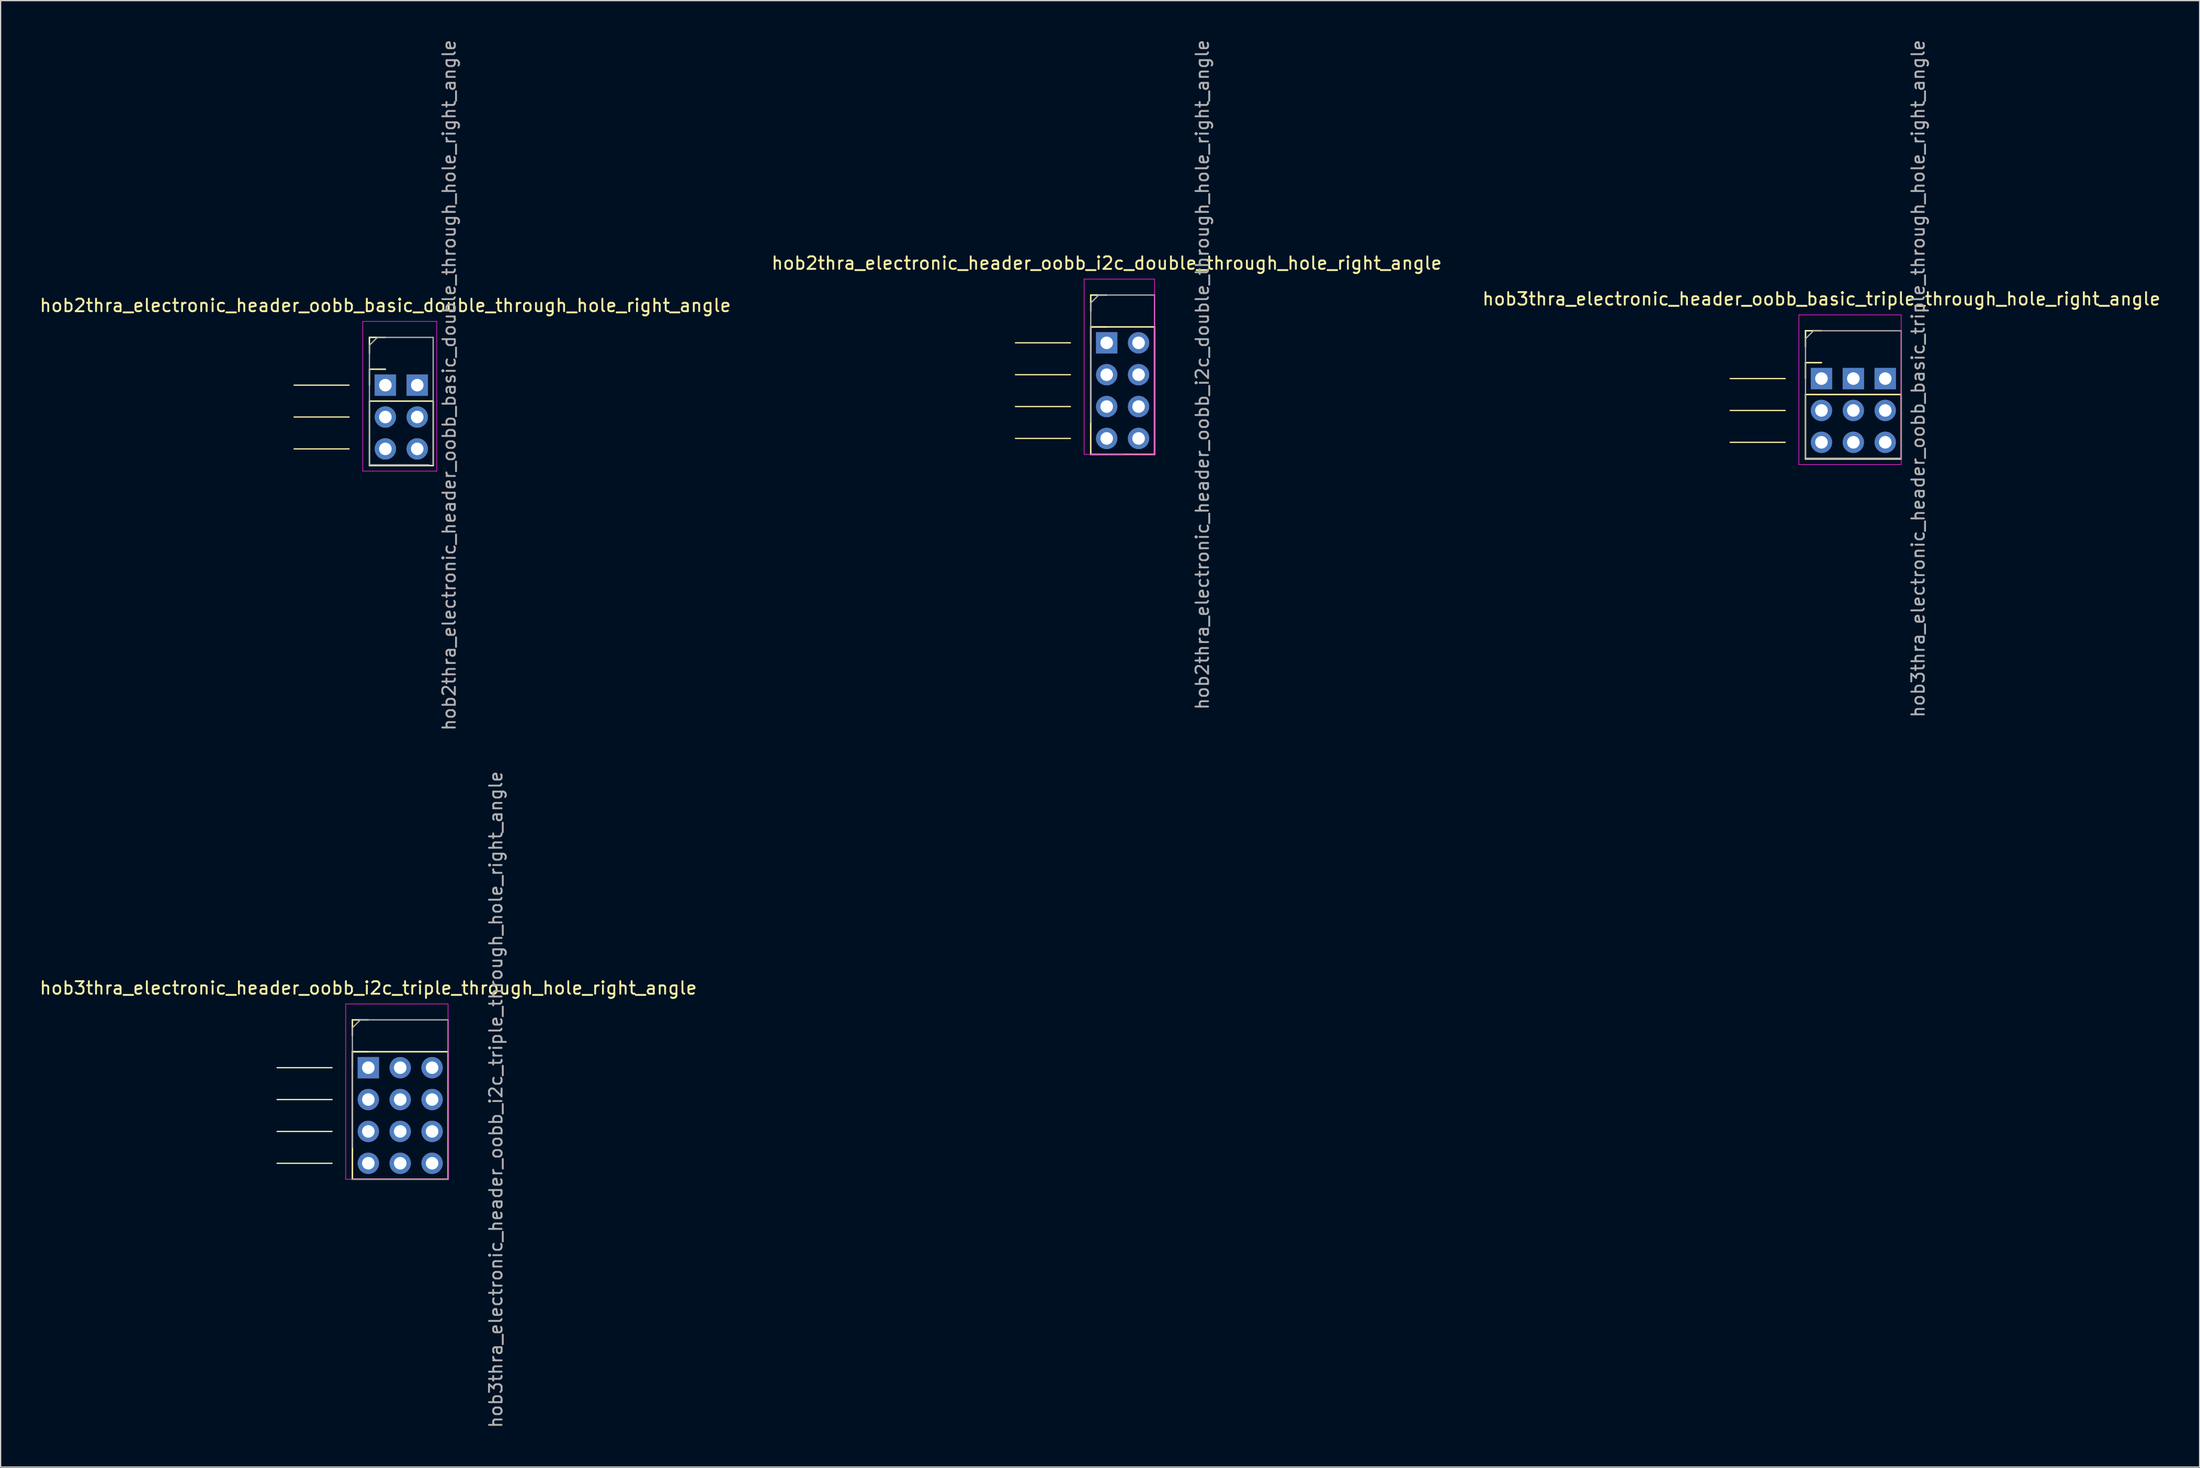
<source format=kicad_pcb>
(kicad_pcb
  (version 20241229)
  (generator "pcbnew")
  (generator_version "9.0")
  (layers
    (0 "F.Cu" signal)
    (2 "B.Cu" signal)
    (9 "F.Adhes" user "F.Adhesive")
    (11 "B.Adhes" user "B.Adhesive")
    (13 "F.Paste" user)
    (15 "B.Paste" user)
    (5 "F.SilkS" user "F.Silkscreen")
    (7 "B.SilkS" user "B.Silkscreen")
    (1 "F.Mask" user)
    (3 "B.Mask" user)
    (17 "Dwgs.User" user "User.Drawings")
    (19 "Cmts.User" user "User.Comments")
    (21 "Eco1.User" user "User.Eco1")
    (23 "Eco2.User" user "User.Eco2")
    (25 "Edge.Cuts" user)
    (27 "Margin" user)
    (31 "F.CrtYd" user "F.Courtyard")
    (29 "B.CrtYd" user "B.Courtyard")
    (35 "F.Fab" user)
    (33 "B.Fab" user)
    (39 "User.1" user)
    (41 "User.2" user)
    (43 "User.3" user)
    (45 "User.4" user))
  (footprint "hob3thra_electronic_header_oobb_basic_triple_through_hole_right_angle"
    (layer "F.Cu")
    (at 142.054 27.125)
    (property "Reference" "hob3thra_electronic_header_oobb_basic_triple_through_hole_right_angle" (at 0 -6.35 0) (layer "F.SilkS") (effects (font (size 1 1) (thickness 0.15))))
    (attr through_hole)
    (fp_line (start -2.89 0) (end -7.27 0) (stroke (width 0.1) (type default)) (layer "F.SilkS"))
    (fp_line (start -2.89 2.54) (end -7.27 2.54) (stroke (width 0.1) (type default)) (layer "F.SilkS"))
    (fp_line (start -2.89 5.08) (end -7.27 5.08) (stroke (width 0.1) (type default)) (layer "F.SilkS"))
    (fp_line (start -1.27 -3.81) (end 0 -3.81) (stroke (width 0.12) (type solid)) (layer "F.SilkS"))
    (fp_line (start -1.27 -2.54) (end -1.27 -3.81) (stroke (width 0.12) (type solid)) (layer "F.SilkS"))
    (fp_line (start -1.27 -1.27) (end 0 -1.27) (stroke (width 0.12) (type solid)) (layer "F.SilkS"))
    (fp_line (start -1.27 0) (end -1.27 -1.27) (stroke (width 0.12) (type solid)) (layer "F.SilkS"))
    (fp_line (start -1.27 1.27) (end -1.27 6.41) (stroke (width 0.12) (type solid)) (layer "F.SilkS"))
    (fp_line (start -1.27 6.41) (end 6.35 6.41) (stroke (width 0.12) (type solid)) (layer "F.SilkS"))
    (fp_line (start 6.35 1.27) (end -1.27 1.27) (stroke (width 0.12) (type solid)) (layer "F.SilkS"))
    (fp_line (start 6.35 1.27) (end 6.35 6.41) (stroke (width 0.12) (type solid)) (layer "F.SilkS"))
    (fp_line (start -1.8 -5.08) (end -1.8 6.85) (stroke (width 0.05) (type solid)) (layer "F.CrtYd"))
    (fp_line (start -1.8 6.85) (end 6.35 6.85) (stroke (width 0.05) (type solid)) (layer "F.CrtYd"))
    (fp_line (start 6.35 -5.08) (end -1.8 -5.08) (stroke (width 0.05) (type solid)) (layer "F.CrtYd"))
    (fp_line (start 6.35 6.85) (end 6.35 -5.08) (stroke (width 0.05) (type solid)) (layer "F.CrtYd"))
    (fp_line (start -1.27 -3.175) (end -0.635 -3.81) (stroke (width 0.1) (type solid)) (layer "F.Fab"))
    (fp_line (start -1.27 6.35) (end -1.27 -3.175) (stroke (width 0.1) (type solid)) (layer "F.Fab"))
    (fp_line (start -0.635 -3.81) (end 6.35 -3.81) (stroke (width 0.1) (type solid)) (layer "F.Fab"))
    (fp_line (start 6.35 -3.81) (end 6.35 6.35) (stroke (width 0.1) (type solid)) (layer "F.Fab"))
    (fp_line (start 6.35 6.35) (end -1.27 6.35) (stroke (width 0.1) (type solid)) (layer "F.Fab"))
    (fp_text user "${REFERENCE}" (at 7.7 0 90) (layer "F.Fab") (effects (font (size 1 1) (thickness 0.15))))
    (pad "1" thru_hole oval (at 0 5.08) (size 1.7 1.7) (drill 1) (layers "*.Cu" "*.Mask"))
    (pad "1" thru_hole oval (at 2.54 5.08) (size 1.7 1.7) (drill 1) (layers "*.Cu" "*.Mask"))
    (pad "1" thru_hole oval (at 5.08 5.08) (size 1.7 1.7) (drill 1) (layers "*.Cu" "*.Mask"))
    (pad "2" thru_hole oval (at 0 2.54) (size 1.7 1.7) (drill 1) (layers "*.Cu" "*.Mask"))
    (pad "2" thru_hole oval (at 2.54 2.54) (size 1.7 1.7) (drill 1) (layers "*.Cu" "*.Mask"))
    (pad "2" thru_hole oval (at 5.08 2.54) (size 1.7 1.7) (drill 1) (layers "*.Cu" "*.Mask"))
    (pad "3" thru_hole rect (at 0 0) (size 1.7 1.7) (drill 1) (layers "*.Cu" "*.Mask"))
    (pad "4" thru_hole rect (at 2.54 0) (size 1.7 1.7) (drill 1) (layers "*.Cu" "*.Mask"))
    (pad "5" thru_hole rect (at 5.08 0) (size 1.7 1.7) (drill 1) (layers "*.Cu" "*.Mask")))
  (footprint "hob2thra_electronic_header_oobb_basic_double_through_hole_right_angle"
    (layer "F.Cu")
    (at 27.649 27.649)
    (property "Reference" "hob2thra_electronic_header_oobb_basic_double_through_hole_right_angle" (at 0 -6.35 0) (layer "F.SilkS") (effects (font (size 1 1) (thickness 0.15))))
    (attr through_hole)
    (fp_line (start -2.89 0) (end -7.27 0) (stroke (width 0.1) (type default)) (layer "F.SilkS"))
    (fp_line (start -2.89 2.54) (end -7.27 2.54) (stroke (width 0.1) (type default)) (layer "F.SilkS"))
    (fp_line (start -2.89 5.08) (end -7.27 5.08) (stroke (width 0.1) (type default)) (layer "F.SilkS"))
    (fp_line (start -1.27 -3.81) (end 0 -3.81) (stroke (width 0.12) (type solid)) (layer "F.SilkS"))
    (fp_line (start -1.27 -2.54) (end -1.27 -3.81) (stroke (width 0.12) (type solid)) (layer "F.SilkS"))
    (fp_line (start -1.27 -1.27) (end 0 -1.27) (stroke (width 0.12) (type solid)) (layer "F.SilkS"))
    (fp_line (start -1.27 0) (end -1.27 -1.27) (stroke (width 0.12) (type solid)) (layer "F.SilkS"))
    (fp_line (start -1.27 1.27) (end -1.27 6.41) (stroke (width 0.12) (type solid)) (layer "F.SilkS"))
    (fp_line (start -1.27 6.41) (end 3.81 6.41) (stroke (width 0.12) (type solid)) (layer "F.SilkS"))
    (fp_line (start 3.81 1.27) (end -1.27 1.27) (stroke (width 0.12) (type solid)) (layer "F.SilkS"))
    (fp_line (start 3.81 1.27) (end 3.81 6.41) (stroke (width 0.12) (type solid)) (layer "F.SilkS"))
    (fp_line (start -1.8 -5.08) (end -1.8 6.85) (stroke (width 0.05) (type solid)) (layer "F.CrtYd"))
    (fp_line (start -1.8 6.85) (end 4.095 6.85) (stroke (width 0.05) (type solid)) (layer "F.CrtYd"))
    (fp_line (start 4.095 -5.08) (end -1.8 -5.08) (stroke (width 0.05) (type solid)) (layer "F.CrtYd"))
    (fp_line (start 4.095 6.85) (end 4.095 -5.08) (stroke (width 0.05) (type solid)) (layer "F.CrtYd"))
    (fp_line (start -1.27 -3.175) (end -0.635 -3.81) (stroke (width 0.1) (type solid)) (layer "F.Fab"))
    (fp_line (start -1.27 6.35) (end -1.27 -3.175) (stroke (width 0.1) (type solid)) (layer "F.Fab"))
    (fp_line (start -0.635 -3.81) (end 3.81 -3.81) (stroke (width 0.1) (type solid)) (layer "F.Fab"))
    (fp_line (start 3.46 6.35) (end -1.27 6.35) (stroke (width 0.1) (type solid)) (layer "F.Fab"))
    (fp_line (start 3.81 -3.81) (end 3.81 6.35) (stroke (width 0.1) (type solid)) (layer "F.Fab"))
    (fp_text user "${REFERENCE}" (at 5.08 0 90) (layer "F.Fab") (effects (font (size 1 1) (thickness 0.15))))
    (pad "1" thru_hole oval (at 0 5.08) (size 1.7 1.7) (drill 1) (layers "*.Cu" "*.Mask"))
    (pad "1" thru_hole oval (at 2.54 5.08) (size 1.7 1.7) (drill 1) (layers "*.Cu" "*.Mask"))
    (pad "2" thru_hole oval (at 0 2.54) (size 1.7 1.7) (drill 1) (layers "*.Cu" "*.Mask"))
    (pad "2" thru_hole oval (at 2.54 2.54) (size 1.7 1.7) (drill 1) (layers "*.Cu" "*.Mask"))
    (pad "3" thru_hole rect (at 0 0) (size 1.7 1.7) (drill 1) (layers "*.Cu" "*.Mask"))
    (pad "4" thru_hole rect (at 2.54 0) (size 1.7 1.7) (drill 1) (layers "*.Cu" "*.Mask")))
  (footprint "hob2thra_electronic_header_oobb_i2c_double_through_hole_right_angle"
    (layer "F.Cu")
    (at 85.113 24.275)
    (property "Reference" "hob2thra_electronic_header_oobb_i2c_double_through_hole_right_angle" (at 0 -6.35 0) (layer "F.SilkS") (effects (font (size 1 1) (thickness 0.15))))
    (attr through_hole)
    (fp_line (start -2.89 0) (end -7.27 0) (stroke (width 0.1) (type default)) (layer "F.SilkS"))
    (fp_line (start -2.89 2.54) (end -7.27 2.54) (stroke (width 0.1) (type default)) (layer "F.SilkS"))
    (fp_line (start -2.89 5.08) (end -7.27 5.08) (stroke (width 0.1) (type default)) (layer "F.SilkS"))
    (fp_line (start -2.89 7.62) (end -7.27 7.62) (stroke (width 0.1) (type default)) (layer "F.SilkS"))
    (fp_line (start -1.27 -3.81) (end 0 -3.81) (stroke (width 0.12) (type solid)) (layer "F.SilkS"))
    (fp_line (start -1.27 -2.54) (end -1.27 -3.81) (stroke (width 0.12) (type solid)) (layer "F.SilkS"))
    (fp_line (start -1.27 -1.27) (end -1.27 8.89) (stroke (width 0.12) (type solid)) (layer "F.SilkS"))
    (fp_line (start -1.27 -1.27) (end 0 -1.27) (stroke (width 0.12) (type solid)) (layer "F.SilkS"))
    (fp_line (start -1.27 0) (end -1.27 -1.27) (stroke (width 0.12) (type solid)) (layer "F.SilkS"))
    (fp_line (start -1.27 8.89) (end 3.81 8.89) (stroke (width 0.12) (type solid)) (layer "F.SilkS"))
    (fp_line (start 3.81 -1.27) (end -1.27 -1.27) (stroke (width 0.12) (type solid)) (layer "F.SilkS"))
    (fp_line (start 3.81 -1.27) (end 3.81 8.89) (stroke (width 0.12) (type solid)) (layer "F.SilkS"))
    (fp_line (start -1.8 -5.08) (end -1.8 8.89) (stroke (width 0.05) (type solid)) (layer "F.CrtYd"))
    (fp_line (start -1.8 8.89) (end 3.81 8.89) (stroke (width 0.05) (type solid)) (layer "F.CrtYd"))
    (fp_line (start 3.81 -5.08) (end -1.8 -5.08) (stroke (width 0.05) (type solid)) (layer "F.CrtYd"))
    (fp_line (start 3.81 8.89) (end 3.81 -5.08) (stroke (width 0.05) (type solid)) (layer "F.CrtYd"))
    (fp_line (start -1.27 -3.175) (end -0.635 -3.81) (stroke (width 0.1) (type solid)) (layer "F.Fab"))
    (fp_line (start -1.27 6.35) (end -1.27 -3.175) (stroke (width 0.1) (type solid)) (layer "F.Fab"))
    (fp_line (start -0.635 -3.81) (end 3.81 -3.81) (stroke (width 0.1) (type solid)) (layer "F.Fab"))
    (fp_line (start 1.27 8.89) (end -1.27 8.89) (stroke (width 0.1) (type solid)) (layer "F.Fab"))
    (fp_line (start 3.81 -3.81) (end 3.81 8.89) (stroke (width 0.1) (type solid)) (layer "F.Fab"))
    (fp_text user "${REFERENCE}" (at 7.62 2.54 90) (layer "F.Fab") (effects (font (size 1 1) (thickness 0.15))))
    (pad "1" thru_hole oval (at 0 7.62) (size 1.7 1.7) (drill 1) (layers "*.Cu" "*.Mask"))
    (pad "1" thru_hole oval (at 2.54 7.62) (size 1.7 1.7) (drill 1) (layers "*.Cu" "*.Mask"))
    (pad "2" thru_hole oval (at 0 5.08) (size 1.7 1.7) (drill 1) (layers "*.Cu" "*.Mask"))
    (pad "2" thru_hole oval (at 2.54 5.08) (size 1.7 1.7) (drill 1) (layers "*.Cu" "*.Mask"))
    (pad "3" thru_hole circle (at 0 2.54) (size 1.7 1.7) (drill 1) (layers "*.Cu" "*.Mask"))
    (pad "3" thru_hole circle (at 2.54 2.54) (size 1.7 1.7) (drill 1) (layers "*.Cu" "*.Mask"))
    (pad "4" thru_hole rect (at 0 0) (size 1.7 1.7) (drill 1) (layers "*.Cu" "*.Mask"))
    (pad "4" thru_hole circle (at 2.54 0) (size 1.7 1.7) (drill 1) (layers "*.Cu" "*.Mask")))
  (footprint "hob3thra_electronic_header_oobb_i2c_triple_through_hole_right_angle"
    (layer "F.Cu")
    (at 26.292 82.049)
    (property "Reference" "hob3thra_electronic_header_oobb_i2c_triple_through_hole_right_angle" (at 0 -6.35 0) (layer "F.SilkS") (effects (font (size 1 1) (thickness 0.15))))
    (attr through_hole)
    (fp_line (start -2.89 0) (end -7.27 0) (stroke (width 0.1) (type default)) (layer "F.SilkS"))
    (fp_line (start -2.89 2.54) (end -7.27 2.54) (stroke (width 0.1) (type default)) (layer "F.SilkS"))
    (fp_line (start -2.89 5.08) (end -7.27 5.08) (stroke (width 0.1) (type default)) (layer "F.SilkS"))
    (fp_line (start -2.89 7.62) (end -7.27 7.62) (stroke (width 0.1) (type default)) (layer "F.SilkS"))
    (fp_line (start -1.27 -3.81) (end 0 -3.81) (stroke (width 0.12) (type solid)) (layer "F.SilkS"))
    (fp_line (start -1.27 -2.54) (end -1.27 -3.81) (stroke (width 0.12) (type solid)) (layer "F.SilkS"))
    (fp_line (start -1.27 -1.27) (end -1.27 8.89) (stroke (width 0.12) (type solid)) (layer "F.SilkS"))
    (fp_line (start -1.27 -1.27) (end 0 -1.27) (stroke (width 0.12) (type solid)) (layer "F.SilkS"))
    (fp_line (start -1.27 0) (end -1.27 -1.27) (stroke (width 0.12) (type solid)) (layer "F.SilkS"))
    (fp_line (start -1.27 8.89) (end 6.35 8.89) (stroke (width 0.12) (type solid)) (layer "F.SilkS"))
    (fp_line (start 6.35 -1.27) (end -1.27 -1.27) (stroke (width 0.12) (type solid)) (layer "F.SilkS"))
    (fp_line (start 6.35 -1.27) (end 6.35 8.89) (stroke (width 0.12) (type solid)) (layer "F.SilkS"))
    (fp_line (start -1.8 -5.08) (end -1.8 8.89) (stroke (width 0.05) (type solid)) (layer "F.CrtYd"))
    (fp_line (start -1.8 8.89) (end 6.35 8.89) (stroke (width 0.05) (type solid)) (layer "F.CrtYd"))
    (fp_line (start 6.35 -5.08) (end -1.8 -5.08) (stroke (width 0.05) (type solid)) (layer "F.CrtYd"))
    (fp_line (start 6.35 8.89) (end 6.35 -5.08) (stroke (width 0.05) (type solid)) (layer "F.CrtYd"))
    (fp_line (start -1.27 -3.175) (end -0.635 -3.81) (stroke (width 0.1) (type solid)) (layer "F.Fab"))
    (fp_line (start -1.27 6.35) (end -1.27 -3.175) (stroke (width 0.1) (type solid)) (layer "F.Fab"))
    (fp_line (start -0.635 -3.81) (end 6.35 -3.81) (stroke (width 0.1) (type solid)) (layer "F.Fab"))
    (fp_line (start 6.35 -3.81) (end 6.35 8.89) (stroke (width 0.1) (type solid)) (layer "F.Fab"))
    (fp_line (start 6.35 8.89) (end -1.27 8.89) (stroke (width 0.1) (type solid)) (layer "F.Fab"))
    (fp_text user "${REFERENCE}" (at 10.16 2.54 90) (layer "F.Fab") (effects (font (size 1 1) (thickness 0.15))))
    (pad "1" thru_hole oval (at 0 7.62) (size 1.7 1.7) (drill 1) (layers "*.Cu" "*.Mask"))
    (pad "1" thru_hole oval (at 2.54 7.62) (size 1.7 1.7) (drill 1) (layers "*.Cu" "*.Mask"))
    (pad "1" thru_hole oval (at 5.08 7.62) (size 1.7 1.7) (drill 1) (layers "*.Cu" "*.Mask"))
    (pad "2" thru_hole oval (at 0 5.08) (size 1.7 1.7) (drill 1) (layers "*.Cu" "*.Mask"))
    (pad "2" thru_hole oval (at 2.54 5.08) (size 1.7 1.7) (drill 1) (layers "*.Cu" "*.Mask"))
    (pad "2" thru_hole oval (at 5.08 5.08) (size 1.7 1.7) (drill 1) (layers "*.Cu" "*.Mask"))
    (pad "3" thru_hole circle (at 0 2.54) (size 1.7 1.7) (drill 1) (layers "*.Cu" "*.Mask"))
    (pad "3" thru_hole circle (at 2.54 2.54) (size 1.7 1.7) (drill 1) (layers "*.Cu" "*.Mask"))
    (pad "3" thru_hole circle (at 5.08 2.54) (size 1.7 1.7) (drill 1) (layers "*.Cu" "*.Mask"))
    (pad "4" thru_hole rect (at 0 0) (size 1.7 1.7) (drill 1) (layers "*.Cu" "*.Mask"))
    (pad "4" thru_hole circle (at 2.54 0) (size 1.7 1.7) (drill 1) (layers "*.Cu" "*.Mask"))
    (pad "4" thru_hole circle (at 5.08 0) (size 1.7 1.7) (drill 1) (layers "*.Cu" "*.Mask")))
  (gr_rect
    (start -3 -3)
    (end 172.179 113.881)
    (stroke (width 0.1) (type default))
    (fill no)
    (layer "Edge.Cuts")))
</source>
